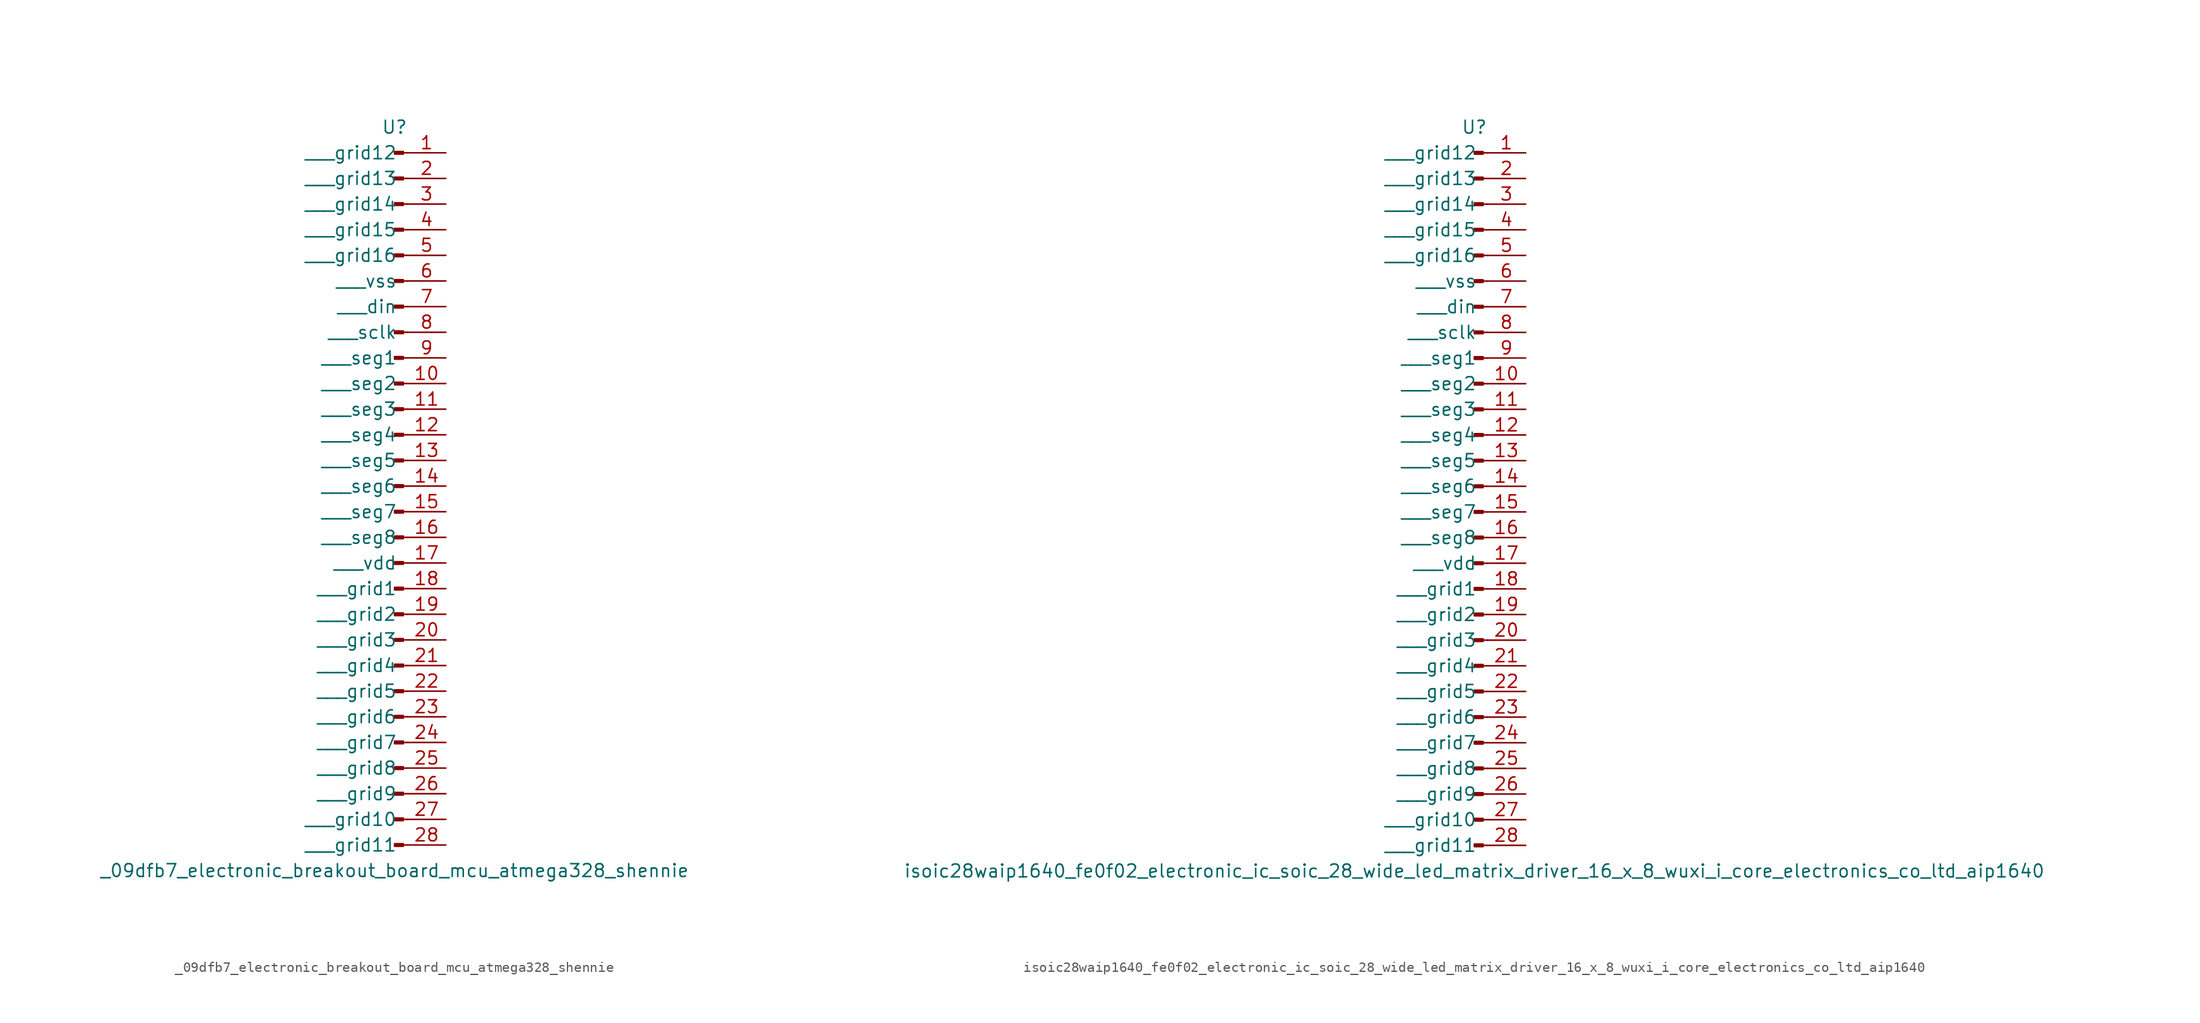
<source format=kicad_sym>
(kicad_symbol_lib
  (version 20220914)
  (generator kicad_symbol_editor)
  (symbol "_09dfb7_electronic_breakout_board_mcu_atmega328_shennie"
    (pin_names
      (offset 1.016))
    (property "Reference" "U"
      (at 0 35.56 0)
      (effects (font (size 1.27 1.27))))
    (property "Value" "_09dfb7_electronic_breakout_board_mcu_atmega328_shennie"
      (at 0 -38.1 0)
      (effects (font (size 1.27 1.27))))
    (property "ki_locked" ""
      (at 0 0 0)
      (effects (font (size 1.27 1.27))))
    (symbol "_09dfb7_electronic_breakout_board_mcu_atmega328_shennie_1_1"
      (polyline (pts (xy 1.27 -35.56) (xy 0.864 -35.56)) (stroke (width 0.152) (type default)) (fill (type none)))
      (polyline (pts (xy 1.27 -33.02) (xy 0.864 -33.02)) (stroke (width 0.152) (type default)) (fill (type none)))
      (polyline (pts (xy 1.27 -30.48) (xy 0.864 -30.48)) (stroke (width 0.152) (type default)) (fill (type none)))
      (polyline (pts (xy 1.27 -27.94) (xy 0.864 -27.94)) (stroke (width 0.152) (type default)) (fill (type none)))
      (polyline (pts (xy 1.27 -25.4) (xy 0.864 -25.4)) (stroke (width 0.152) (type default)) (fill (type none)))
      (polyline (pts (xy 1.27 -22.86) (xy 0.864 -22.86)) (stroke (width 0.152) (type default)) (fill (type none)))
      (polyline (pts (xy 1.27 -20.32) (xy 0.864 -20.32)) (stroke (width 0.152) (type default)) (fill (type none)))
      (polyline (pts (xy 1.27 -17.78) (xy 0.864 -17.78)) (stroke (width 0.152) (type default)) (fill (type none)))
      (polyline (pts (xy 1.27 -15.24) (xy 0.864 -15.24)) (stroke (width 0.152) (type default)) (fill (type none)))
      (polyline (pts (xy 1.27 -12.7) (xy 0.864 -12.7)) (stroke (width 0.152) (type default)) (fill (type none)))
      (polyline (pts (xy 1.27 -10.16) (xy 0.864 -10.16)) (stroke (width 0.152) (type default)) (fill (type none)))
      (polyline (pts (xy 1.27 -7.62) (xy 0.864 -7.62)) (stroke (width 0.152) (type default)) (fill (type none)))
      (polyline (pts (xy 1.27 -5.08) (xy 0.864 -5.08)) (stroke (width 0.152) (type default)) (fill (type none)))
      (polyline (pts (xy 1.27 -2.54) (xy 0.864 -2.54)) (stroke (width 0.152) (type default)) (fill (type none)))
      (polyline (pts (xy 1.27 0) (xy 0.864 0)) (stroke (width 0.152) (type default)) (fill (type none)))
      (polyline (pts (xy 1.27 2.54) (xy 0.864 2.54)) (stroke (width 0.152) (type default)) (fill (type none)))
      (polyline (pts (xy 1.27 5.08) (xy 0.864 5.08)) (stroke (width 0.152) (type default)) (fill (type none)))
      (polyline (pts (xy 1.27 7.62) (xy 0.864 7.62)) (stroke (width 0.152) (type default)) (fill (type none)))
      (polyline (pts (xy 1.27 10.16) (xy 0.864 10.16)) (stroke (width 0.152) (type default)) (fill (type none)))
      (polyline (pts (xy 1.27 12.7) (xy 0.864 12.7)) (stroke (width 0.152) (type default)) (fill (type none)))
      (polyline (pts (xy 1.27 15.24) (xy 0.864 15.24)) (stroke (width 0.152) (type default)) (fill (type none)))
      (polyline (pts (xy 1.27 17.78) (xy 0.864 17.78)) (stroke (width 0.152) (type default)) (fill (type none)))
      (polyline (pts (xy 1.27 20.32) (xy 0.864 20.32)) (stroke (width 0.152) (type default)) (fill (type none)))
      (polyline (pts (xy 1.27 22.86) (xy 0.864 22.86)) (stroke (width 0.152) (type default)) (fill (type none)))
      (polyline (pts (xy 1.27 25.4) (xy 0.864 25.4)) (stroke (width 0.152) (type default)) (fill (type none)))
      (polyline (pts (xy 1.27 27.94) (xy 0.864 27.94)) (stroke (width 0.152) (type default)) (fill (type none)))
      (polyline (pts (xy 1.27 30.48) (xy 0.864 30.48)) (stroke (width 0.152) (type default)) (fill (type none)))
      (polyline (pts (xy 1.27 33.02) (xy 0.864 33.02)) (stroke (width 0.152) (type default)) (fill (type none)))
      (rectangle (start 0.864 -35.433) (end 0 -35.687) (stroke (width 0.152) (type default)) (fill (type outline)))
      (rectangle (start 0.864 -32.893) (end 0 -33.147) (stroke (width 0.152) (type default)) (fill (type outline)))
      (rectangle (start 0.864 -30.353) (end 0 -30.607) (stroke (width 0.152) (type default)) (fill (type outline)))
      (rectangle (start 0.864 -27.813) (end 0 -28.067) (stroke (width 0.152) (type default)) (fill (type outline)))
      (rectangle (start 0.864 -25.273) (end 0 -25.527) (stroke (width 0.152) (type default)) (fill (type outline)))
      (rectangle (start 0.864 -22.733) (end 0 -22.987) (stroke (width 0.152) (type default)) (fill (type outline)))
      (rectangle (start 0.864 -20.193) (end 0 -20.447) (stroke (width 0.152) (type default)) (fill (type outline)))
      (rectangle (start 0.864 -17.653) (end 0 -17.907) (stroke (width 0.152) (type default)) (fill (type outline)))
      (rectangle (start 0.864 -15.113) (end 0 -15.367) (stroke (width 0.152) (type default)) (fill (type outline)))
      (rectangle (start 0.864 -12.573) (end 0 -12.827) (stroke (width 0.152) (type default)) (fill (type outline)))
      (rectangle (start 0.864 -10.033) (end 0 -10.287) (stroke (width 0.152) (type default)) (fill (type outline)))
      (rectangle (start 0.864 -7.493) (end 0 -7.747) (stroke (width 0.152) (type default)) (fill (type outline)))
      (rectangle (start 0.864 -4.953) (end 0 -5.207) (stroke (width 0.152) (type default)) (fill (type outline)))
      (rectangle (start 0.864 -2.413) (end 0 -2.667) (stroke (width 0.152) (type default)) (fill (type outline)))
      (rectangle (start 0.864 0.127) (end 0 -0.127) (stroke (width 0.152) (type default)) (fill (type outline)))
      (rectangle (start 0.864 2.667) (end 0 2.413) (stroke (width 0.152) (type default)) (fill (type outline)))
      (rectangle (start 0.864 5.207) (end 0 4.953) (stroke (width 0.152) (type default)) (fill (type outline)))
      (rectangle (start 0.864 7.747) (end 0 7.493) (stroke (width 0.152) (type default)) (fill (type outline)))
      (rectangle (start 0.864 10.287) (end 0 10.033) (stroke (width 0.152) (type default)) (fill (type outline)))
      (rectangle (start 0.864 12.827) (end 0 12.573) (stroke (width 0.152) (type default)) (fill (type outline)))
      (rectangle (start 0.864 15.367) (end 0 15.113) (stroke (width 0.152) (type default)) (fill (type outline)))
      (rectangle (start 0.864 17.907) (end 0 17.653) (stroke (width 0.152) (type default)) (fill (type outline)))
      (rectangle (start 0.864 20.447) (end 0 20.193) (stroke (width 0.152) (type default)) (fill (type outline)))
      (rectangle (start 0.864 22.987) (end 0 22.733) (stroke (width 0.152) (type default)) (fill (type outline)))
      (rectangle (start 0.864 25.527) (end 0 25.273) (stroke (width 0.152) (type default)) (fill (type outline)))
      (rectangle (start 0.864 28.067) (end 0 27.813) (stroke (width 0.152) (type default)) (fill (type outline)))
      (rectangle (start 0.864 30.607) (end 0 30.353) (stroke (width 0.152) (type default)) (fill (type outline)))
      (rectangle (start 0.864 33.147) (end 0 32.893) (stroke (width 0.152) (type default)) (fill (type outline)))
      (pin passive line (at 5.08 33.02 180) (length 3.81) (name "   grid12" (effects (font (size 1.27 1.27)))) (number "1" (effects (font (size 1.27 1.27)))))
      (pin passive line (at 5.08 10.16 180) (length 3.81) (name "   seg2" (effects (font (size 1.27 1.27)))) (number "10" (effects (font (size 1.27 1.27)))))
      (pin passive line (at 5.08 7.62 180) (length 3.81) (name "   seg3" (effects (font (size 1.27 1.27)))) (number "11" (effects (font (size 1.27 1.27)))))
      (pin passive line (at 5.08 5.08 180) (length 3.81) (name "   seg4" (effects (font (size 1.27 1.27)))) (number "12" (effects (font (size 1.27 1.27)))))
      (pin passive line (at 5.08 2.54 180) (length 3.81) (name "   seg5" (effects (font (size 1.27 1.27)))) (number "13" (effects (font (size 1.27 1.27)))))
      (pin passive line (at 5.08 0 180) (length 3.81) (name "   seg6" (effects (font (size 1.27 1.27)))) (number "14" (effects (font (size 1.27 1.27)))))
      (pin passive line (at 5.08 -2.54 180) (length 3.81) (name "   seg7" (effects (font (size 1.27 1.27)))) (number "15" (effects (font (size 1.27 1.27)))))
      (pin passive line (at 5.08 -5.08 180) (length 3.81) (name "   seg8" (effects (font (size 1.27 1.27)))) (number "16" (effects (font (size 1.27 1.27)))))
      (pin passive line (at 5.08 -7.62 180) (length 3.81) (name "   vdd" (effects (font (size 1.27 1.27)))) (number "17" (effects (font (size 1.27 1.27)))))
      (pin passive line (at 5.08 -10.16 180) (length 3.81) (name "   grid1" (effects (font (size 1.27 1.27)))) (number "18" (effects (font (size 1.27 1.27)))))
      (pin passive line (at 5.08 -12.7 180) (length 3.81) (name "   grid2" (effects (font (size 1.27 1.27)))) (number "19" (effects (font (size 1.27 1.27)))))
      (pin passive line (at 5.08 30.48 180) (length 3.81) (name "   grid13" (effects (font (size 1.27 1.27)))) (number "2" (effects (font (size 1.27 1.27)))))
      (pin passive line (at 5.08 -15.24 180) (length 3.81) (name "   grid3" (effects (font (size 1.27 1.27)))) (number "20" (effects (font (size 1.27 1.27)))))
      (pin passive line (at 5.08 -17.78 180) (length 3.81) (name "   grid4" (effects (font (size 1.27 1.27)))) (number "21" (effects (font (size 1.27 1.27)))))
      (pin passive line (at 5.08 -20.32 180) (length 3.81) (name "   grid5" (effects (font (size 1.27 1.27)))) (number "22" (effects (font (size 1.27 1.27)))))
      (pin passive line (at 5.08 -22.86 180) (length 3.81) (name "   grid6" (effects (font (size 1.27 1.27)))) (number "23" (effects (font (size 1.27 1.27)))))
      (pin passive line (at 5.08 -25.4 180) (length 3.81) (name "   grid7" (effects (font (size 1.27 1.27)))) (number "24" (effects (font (size 1.27 1.27)))))
      (pin passive line (at 5.08 -27.94 180) (length 3.81) (name "   grid8" (effects (font (size 1.27 1.27)))) (number "25" (effects (font (size 1.27 1.27)))))
      (pin passive line (at 5.08 -30.48 180) (length 3.81) (name "   grid9" (effects (font (size 1.27 1.27)))) (number "26" (effects (font (size 1.27 1.27)))))
      (pin passive line (at 5.08 -33.02 180) (length 3.81) (name "   grid10" (effects (font (size 1.27 1.27)))) (number "27" (effects (font (size 1.27 1.27)))))
      (pin passive line (at 5.08 -35.56 180) (length 3.81) (name "   grid11" (effects (font (size 1.27 1.27)))) (number "28" (effects (font (size 1.27 1.27)))))
      (pin passive line (at 5.08 27.94 180) (length 3.81) (name "   grid14" (effects (font (size 1.27 1.27)))) (number "3" (effects (font (size 1.27 1.27)))))
      (pin passive line (at 5.08 25.4 180) (length 3.81) (name "   grid15" (effects (font (size 1.27 1.27)))) (number "4" (effects (font (size 1.27 1.27)))))
      (pin passive line (at 5.08 22.86 180) (length 3.81) (name "   grid16" (effects (font (size 1.27 1.27)))) (number "5" (effects (font (size 1.27 1.27)))))
      (pin passive line (at 5.08 20.32 180) (length 3.81) (name "   vss" (effects (font (size 1.27 1.27)))) (number "6" (effects (font (size 1.27 1.27)))))
      (pin passive line (at 5.08 17.78 180) (length 3.81) (name "   din" (effects (font (size 1.27 1.27)))) (number "7" (effects (font (size 1.27 1.27)))))
      (pin passive line (at 5.08 15.24 180) (length 3.81) (name "   sclk" (effects (font (size 1.27 1.27)))) (number "8" (effects (font (size 1.27 1.27)))))
      (pin passive line (at 5.08 12.7 180) (length 3.81) (name "   seg1" (effects (font (size 1.27 1.27)))) (number "9" (effects (font (size 1.27 1.27)))))))
  (symbol "isoic28waip1640_fe0f02_electronic_ic_soic_28_wide_led_matrix_driver_16_x_8_wuxi_i_core_electronics_co_ltd_aip1640"
    (pin_names
      (offset 1.016))
    (property "Reference" "U"
      (at 0 35.56 0)
      (effects (font (size 1.27 1.27))))
    (property "Value" "isoic28waip1640_fe0f02_electronic_ic_soic_28_wide_led_matrix_driver_16_x_8_wuxi_i_core_electronics_co_ltd_aip1640"
      (at 0 -38.1 0)
      (effects (font (size 1.27 1.27))))
    (property "ki_locked" ""
      (at 0 0 0)
      (effects (font (size 1.27 1.27))))
    (symbol "isoic28waip1640_fe0f02_electronic_ic_soic_28_wide_led_matrix_driver_16_x_8_wuxi_i_core_electronics_co_ltd_aip1640_1_1"
      (polyline (pts (xy 1.27 -35.56) (xy 0.864 -35.56)) (stroke (width 0.152) (type default)) (fill (type none)))
      (polyline (pts (xy 1.27 -33.02) (xy 0.864 -33.02)) (stroke (width 0.152) (type default)) (fill (type none)))
      (polyline (pts (xy 1.27 -30.48) (xy 0.864 -30.48)) (stroke (width 0.152) (type default)) (fill (type none)))
      (polyline (pts (xy 1.27 -27.94) (xy 0.864 -27.94)) (stroke (width 0.152) (type default)) (fill (type none)))
      (polyline (pts (xy 1.27 -25.4) (xy 0.864 -25.4)) (stroke (width 0.152) (type default)) (fill (type none)))
      (polyline (pts (xy 1.27 -22.86) (xy 0.864 -22.86)) (stroke (width 0.152) (type default)) (fill (type none)))
      (polyline (pts (xy 1.27 -20.32) (xy 0.864 -20.32)) (stroke (width 0.152) (type default)) (fill (type none)))
      (polyline (pts (xy 1.27 -17.78) (xy 0.864 -17.78)) (stroke (width 0.152) (type default)) (fill (type none)))
      (polyline (pts (xy 1.27 -15.24) (xy 0.864 -15.24)) (stroke (width 0.152) (type default)) (fill (type none)))
      (polyline (pts (xy 1.27 -12.7) (xy 0.864 -12.7)) (stroke (width 0.152) (type default)) (fill (type none)))
      (polyline (pts (xy 1.27 -10.16) (xy 0.864 -10.16)) (stroke (width 0.152) (type default)) (fill (type none)))
      (polyline (pts (xy 1.27 -7.62) (xy 0.864 -7.62)) (stroke (width 0.152) (type default)) (fill (type none)))
      (polyline (pts (xy 1.27 -5.08) (xy 0.864 -5.08)) (stroke (width 0.152) (type default)) (fill (type none)))
      (polyline (pts (xy 1.27 -2.54) (xy 0.864 -2.54)) (stroke (width 0.152) (type default)) (fill (type none)))
      (polyline (pts (xy 1.27 0) (xy 0.864 0)) (stroke (width 0.152) (type default)) (fill (type none)))
      (polyline (pts (xy 1.27 2.54) (xy 0.864 2.54)) (stroke (width 0.152) (type default)) (fill (type none)))
      (polyline (pts (xy 1.27 5.08) (xy 0.864 5.08)) (stroke (width 0.152) (type default)) (fill (type none)))
      (polyline (pts (xy 1.27 7.62) (xy 0.864 7.62)) (stroke (width 0.152) (type default)) (fill (type none)))
      (polyline (pts (xy 1.27 10.16) (xy 0.864 10.16)) (stroke (width 0.152) (type default)) (fill (type none)))
      (polyline (pts (xy 1.27 12.7) (xy 0.864 12.7)) (stroke (width 0.152) (type default)) (fill (type none)))
      (polyline (pts (xy 1.27 15.24) (xy 0.864 15.24)) (stroke (width 0.152) (type default)) (fill (type none)))
      (polyline (pts (xy 1.27 17.78) (xy 0.864 17.78)) (stroke (width 0.152) (type default)) (fill (type none)))
      (polyline (pts (xy 1.27 20.32) (xy 0.864 20.32)) (stroke (width 0.152) (type default)) (fill (type none)))
      (polyline (pts (xy 1.27 22.86) (xy 0.864 22.86)) (stroke (width 0.152) (type default)) (fill (type none)))
      (polyline (pts (xy 1.27 25.4) (xy 0.864 25.4)) (stroke (width 0.152) (type default)) (fill (type none)))
      (polyline (pts (xy 1.27 27.94) (xy 0.864 27.94)) (stroke (width 0.152) (type default)) (fill (type none)))
      (polyline (pts (xy 1.27 30.48) (xy 0.864 30.48)) (stroke (width 0.152) (type default)) (fill (type none)))
      (polyline (pts (xy 1.27 33.02) (xy 0.864 33.02)) (stroke (width 0.152) (type default)) (fill (type none)))
      (rectangle (start 0.864 -35.433) (end 0 -35.687) (stroke (width 0.152) (type default)) (fill (type outline)))
      (rectangle (start 0.864 -32.893) (end 0 -33.147) (stroke (width 0.152) (type default)) (fill (type outline)))
      (rectangle (start 0.864 -30.353) (end 0 -30.607) (stroke (width 0.152) (type default)) (fill (type outline)))
      (rectangle (start 0.864 -27.813) (end 0 -28.067) (stroke (width 0.152) (type default)) (fill (type outline)))
      (rectangle (start 0.864 -25.273) (end 0 -25.527) (stroke (width 0.152) (type default)) (fill (type outline)))
      (rectangle (start 0.864 -22.733) (end 0 -22.987) (stroke (width 0.152) (type default)) (fill (type outline)))
      (rectangle (start 0.864 -20.193) (end 0 -20.447) (stroke (width 0.152) (type default)) (fill (type outline)))
      (rectangle (start 0.864 -17.653) (end 0 -17.907) (stroke (width 0.152) (type default)) (fill (type outline)))
      (rectangle (start 0.864 -15.113) (end 0 -15.367) (stroke (width 0.152) (type default)) (fill (type outline)))
      (rectangle (start 0.864 -12.573) (end 0 -12.827) (stroke (width 0.152) (type default)) (fill (type outline)))
      (rectangle (start 0.864 -10.033) (end 0 -10.287) (stroke (width 0.152) (type default)) (fill (type outline)))
      (rectangle (start 0.864 -7.493) (end 0 -7.747) (stroke (width 0.152) (type default)) (fill (type outline)))
      (rectangle (start 0.864 -4.953) (end 0 -5.207) (stroke (width 0.152) (type default)) (fill (type outline)))
      (rectangle (start 0.864 -2.413) (end 0 -2.667) (stroke (width 0.152) (type default)) (fill (type outline)))
      (rectangle (start 0.864 0.127) (end 0 -0.127) (stroke (width 0.152) (type default)) (fill (type outline)))
      (rectangle (start 0.864 2.667) (end 0 2.413) (stroke (width 0.152) (type default)) (fill (type outline)))
      (rectangle (start 0.864 5.207) (end 0 4.953) (stroke (width 0.152) (type default)) (fill (type outline)))
      (rectangle (start 0.864 7.747) (end 0 7.493) (stroke (width 0.152) (type default)) (fill (type outline)))
      (rectangle (start 0.864 10.287) (end 0 10.033) (stroke (width 0.152) (type default)) (fill (type outline)))
      (rectangle (start 0.864 12.827) (end 0 12.573) (stroke (width 0.152) (type default)) (fill (type outline)))
      (rectangle (start 0.864 15.367) (end 0 15.113) (stroke (width 0.152) (type default)) (fill (type outline)))
      (rectangle (start 0.864 17.907) (end 0 17.653) (stroke (width 0.152) (type default)) (fill (type outline)))
      (rectangle (start 0.864 20.447) (end 0 20.193) (stroke (width 0.152) (type default)) (fill (type outline)))
      (rectangle (start 0.864 22.987) (end 0 22.733) (stroke (width 0.152) (type default)) (fill (type outline)))
      (rectangle (start 0.864 25.527) (end 0 25.273) (stroke (width 0.152) (type default)) (fill (type outline)))
      (rectangle (start 0.864 28.067) (end 0 27.813) (stroke (width 0.152) (type default)) (fill (type outline)))
      (rectangle (start 0.864 30.607) (end 0 30.353) (stroke (width 0.152) (type default)) (fill (type outline)))
      (rectangle (start 0.864 33.147) (end 0 32.893) (stroke (width 0.152) (type default)) (fill (type outline)))
      (pin passive line (at 5.08 33.02 180) (length 3.81) (name "   grid12" (effects (font (size 1.27 1.27)))) (number "1" (effects (font (size 1.27 1.27)))))
      (pin passive line (at 5.08 10.16 180) (length 3.81) (name "   seg2" (effects (font (size 1.27 1.27)))) (number "10" (effects (font (size 1.27 1.27)))))
      (pin passive line (at 5.08 7.62 180) (length 3.81) (name "   seg3" (effects (font (size 1.27 1.27)))) (number "11" (effects (font (size 1.27 1.27)))))
      (pin passive line (at 5.08 5.08 180) (length 3.81) (name "   seg4" (effects (font (size 1.27 1.27)))) (number "12" (effects (font (size 1.27 1.27)))))
      (pin passive line (at 5.08 2.54 180) (length 3.81) (name "   seg5" (effects (font (size 1.27 1.27)))) (number "13" (effects (font (size 1.27 1.27)))))
      (pin passive line (at 5.08 0 180) (length 3.81) (name "   seg6" (effects (font (size 1.27 1.27)))) (number "14" (effects (font (size 1.27 1.27)))))
      (pin passive line (at 5.08 -2.54 180) (length 3.81) (name "   seg7" (effects (font (size 1.27 1.27)))) (number "15" (effects (font (size 1.27 1.27)))))
      (pin passive line (at 5.08 -5.08 180) (length 3.81) (name "   seg8" (effects (font (size 1.27 1.27)))) (number "16" (effects (font (size 1.27 1.27)))))
      (pin passive line (at 5.08 -7.62 180) (length 3.81) (name "   vdd" (effects (font (size 1.27 1.27)))) (number "17" (effects (font (size 1.27 1.27)))))
      (pin passive line (at 5.08 -10.16 180) (length 3.81) (name "   grid1" (effects (font (size 1.27 1.27)))) (number "18" (effects (font (size 1.27 1.27)))))
      (pin passive line (at 5.08 -12.7 180) (length 3.81) (name "   grid2" (effects (font (size 1.27 1.27)))) (number "19" (effects (font (size 1.27 1.27)))))
      (pin passive line (at 5.08 30.48 180) (length 3.81) (name "   grid13" (effects (font (size 1.27 1.27)))) (number "2" (effects (font (size 1.27 1.27)))))
      (pin passive line (at 5.08 -15.24 180) (length 3.81) (name "   grid3" (effects (font (size 1.27 1.27)))) (number "20" (effects (font (size 1.27 1.27)))))
      (pin passive line (at 5.08 -17.78 180) (length 3.81) (name "   grid4" (effects (font (size 1.27 1.27)))) (number "21" (effects (font (size 1.27 1.27)))))
      (pin passive line (at 5.08 -20.32 180) (length 3.81) (name "   grid5" (effects (font (size 1.27 1.27)))) (number "22" (effects (font (size 1.27 1.27)))))
      (pin passive line (at 5.08 -22.86 180) (length 3.81) (name "   grid6" (effects (font (size 1.27 1.27)))) (number "23" (effects (font (size 1.27 1.27)))))
      (pin passive line (at 5.08 -25.4 180) (length 3.81) (name "   grid7" (effects (font (size 1.27 1.27)))) (number "24" (effects (font (size 1.27 1.27)))))
      (pin passive line (at 5.08 -27.94 180) (length 3.81) (name "   grid8" (effects (font (size 1.27 1.27)))) (number "25" (effects (font (size 1.27 1.27)))))
      (pin passive line (at 5.08 -30.48 180) (length 3.81) (name "   grid9" (effects (font (size 1.27 1.27)))) (number "26" (effects (font (size 1.27 1.27)))))
      (pin passive line (at 5.08 -33.02 180) (length 3.81) (name "   grid10" (effects (font (size 1.27 1.27)))) (number "27" (effects (font (size 1.27 1.27)))))
      (pin passive line (at 5.08 -35.56 180) (length 3.81) (name "   grid11" (effects (font (size 1.27 1.27)))) (number "28" (effects (font (size 1.27 1.27)))))
      (pin passive line (at 5.08 27.94 180) (length 3.81) (name "   grid14" (effects (font (size 1.27 1.27)))) (number "3" (effects (font (size 1.27 1.27)))))
      (pin passive line (at 5.08 25.4 180) (length 3.81) (name "   grid15" (effects (font (size 1.27 1.27)))) (number "4" (effects (font (size 1.27 1.27)))))
      (pin passive line (at 5.08 22.86 180) (length 3.81) (name "   grid16" (effects (font (size 1.27 1.27)))) (number "5" (effects (font (size 1.27 1.27)))))
      (pin passive line (at 5.08 20.32 180) (length 3.81) (name "   vss" (effects (font (size 1.27 1.27)))) (number "6" (effects (font (size 1.27 1.27)))))
      (pin passive line (at 5.08 17.78 180) (length 3.81) (name "   din" (effects (font (size 1.27 1.27)))) (number "7" (effects (font (size 1.27 1.27)))))
      (pin passive line (at 5.08 15.24 180) (length 3.81) (name "   sclk" (effects (font (size 1.27 1.27)))) (number "8" (effects (font (size 1.27 1.27)))))
      (pin passive line (at 5.08 12.7 180) (length 3.81) (name "   seg1" (effects (font (size 1.27 1.27)))) (number "9" (effects (font (size 1.27 1.27))))))))
</source>
